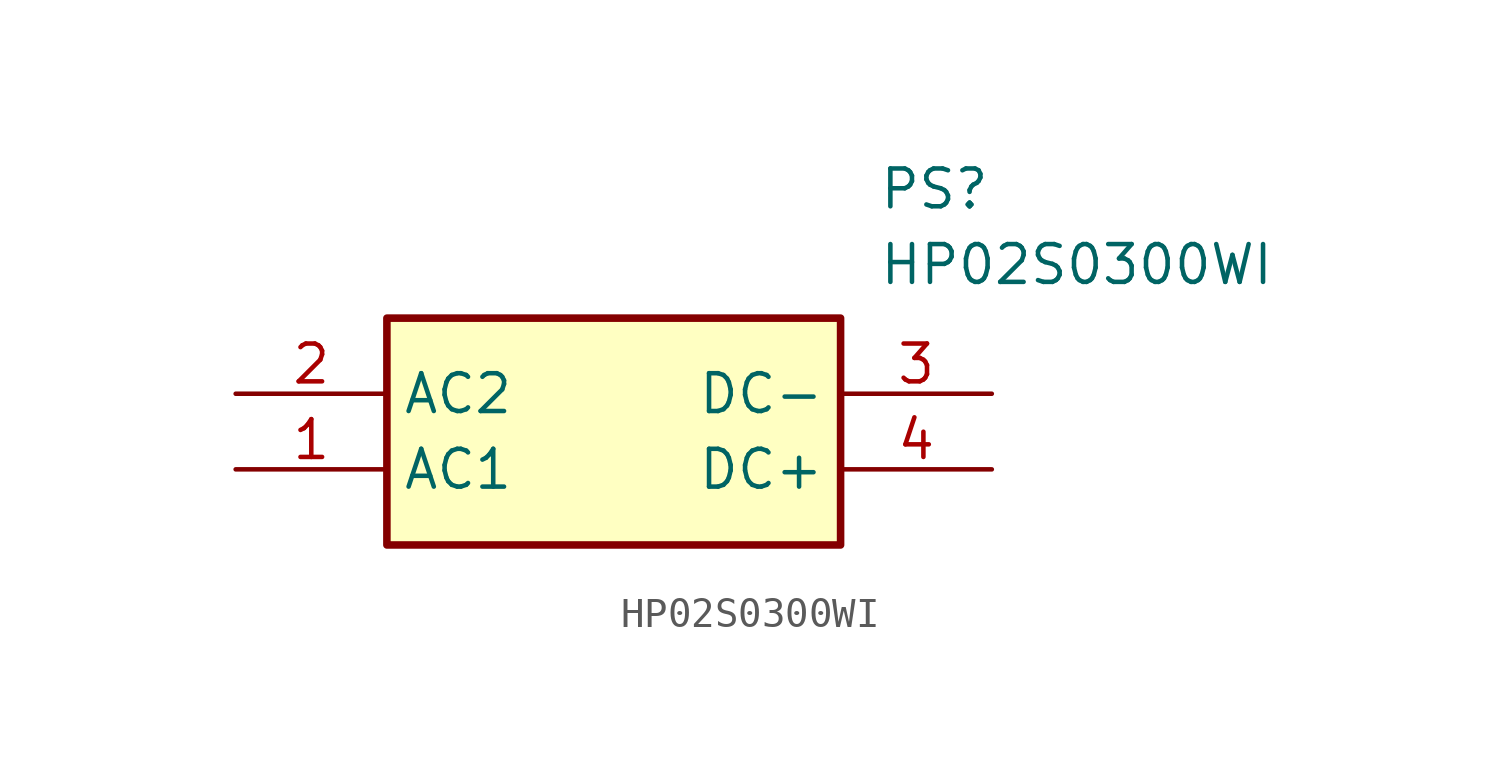
<source format=kicad_sym>
(kicad_symbol_lib
  (version 20211014)
  (generator SamacSys_ECAD_Model)
  (symbol "HP02S0300WI"
    (property "Reference" "PS"
      (at 21.59 7.62 0)
      (effects (font (size 1.27 1.27)) (justify left top)))
    (property "Value" "HP02S0300WI"
      (at 21.59 5.08 0)
      (effects (font (size 1.27 1.27)) (justify left top)))
    (rectangle
      (start 5.08 2.54)
      (end 20.32 -5.08)
      (stroke (width 0.254) (type default))
      (fill (type background)))
    (pin passive line
      (at 0 -2.54 0)
      (length 5.08)
      (name "AC1" (effects (font (size 1.27 1.27))))
      (number "1" (effects (font (size 1.27 1.27)))))
    (pin passive line
      (at 0 0 0)
      (length 5.08)
      (name "AC2" (effects (font (size 1.27 1.27))))
      (number "2" (effects (font (size 1.27 1.27)))))
    (pin passive line
      (at 25.4 0 180)
      (length 5.08)
      (name "DC-" (effects (font (size 1.27 1.27))))
      (number "3" (effects (font (size 1.27 1.27)))))
    (pin passive line
      (at 25.4 -2.54 180)
      (length 5.08)
      (name "DC+" (effects (font (size 1.27 1.27))))
      (number "4" (effects (font (size 1.27 1.27)))))))
</source>
